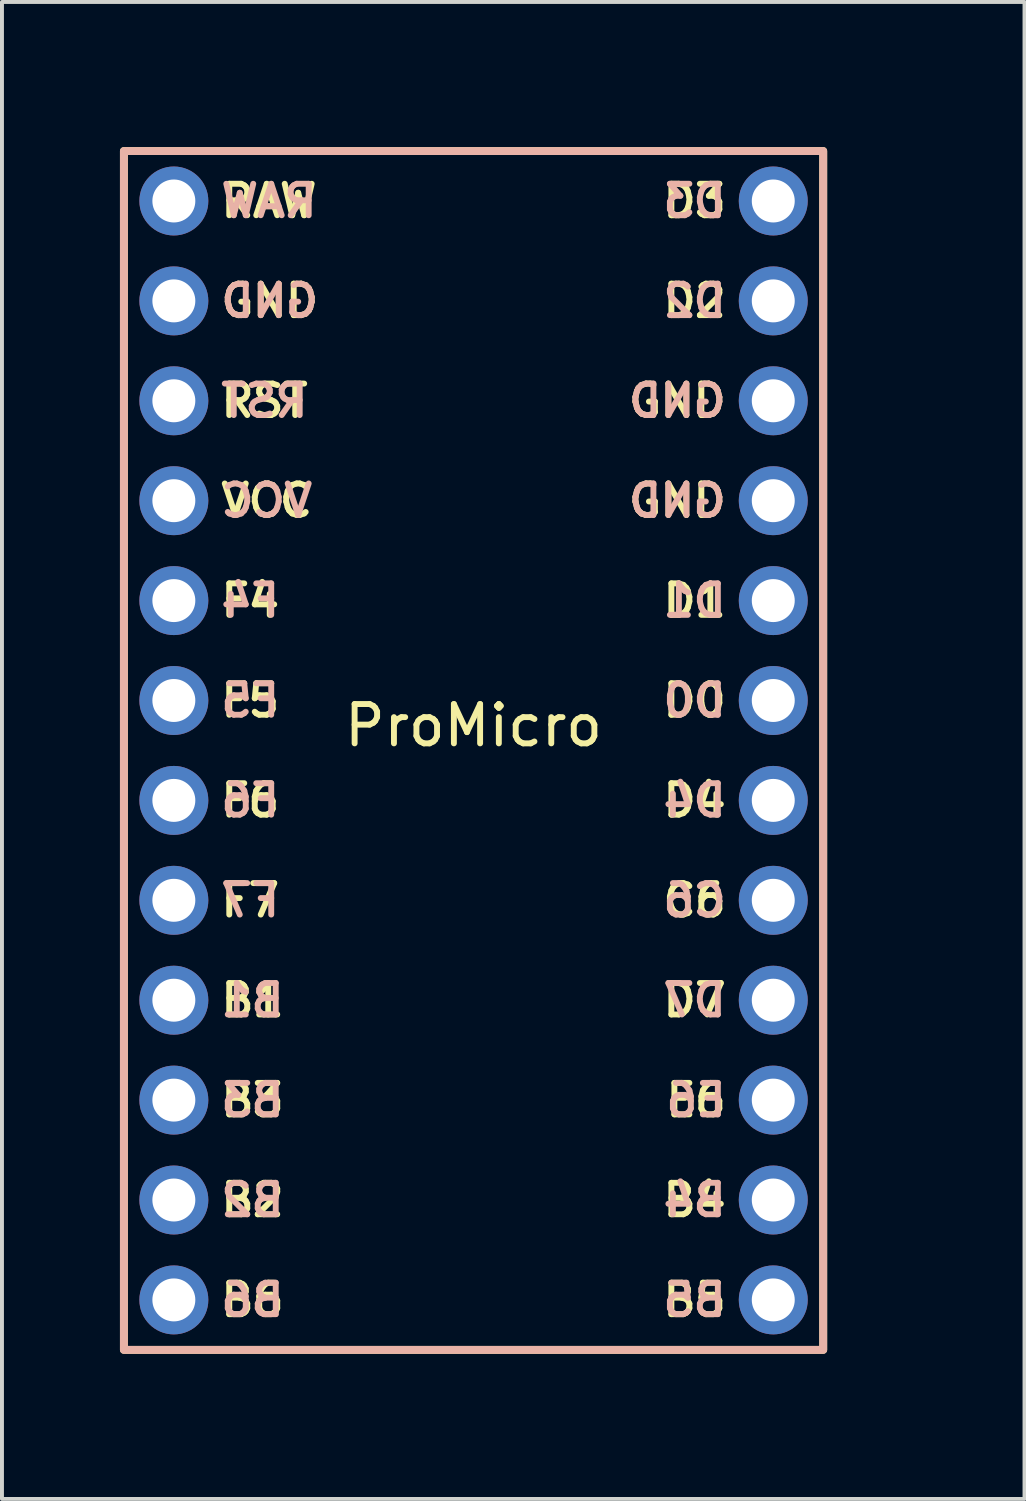
<source format=kicad_pcb>
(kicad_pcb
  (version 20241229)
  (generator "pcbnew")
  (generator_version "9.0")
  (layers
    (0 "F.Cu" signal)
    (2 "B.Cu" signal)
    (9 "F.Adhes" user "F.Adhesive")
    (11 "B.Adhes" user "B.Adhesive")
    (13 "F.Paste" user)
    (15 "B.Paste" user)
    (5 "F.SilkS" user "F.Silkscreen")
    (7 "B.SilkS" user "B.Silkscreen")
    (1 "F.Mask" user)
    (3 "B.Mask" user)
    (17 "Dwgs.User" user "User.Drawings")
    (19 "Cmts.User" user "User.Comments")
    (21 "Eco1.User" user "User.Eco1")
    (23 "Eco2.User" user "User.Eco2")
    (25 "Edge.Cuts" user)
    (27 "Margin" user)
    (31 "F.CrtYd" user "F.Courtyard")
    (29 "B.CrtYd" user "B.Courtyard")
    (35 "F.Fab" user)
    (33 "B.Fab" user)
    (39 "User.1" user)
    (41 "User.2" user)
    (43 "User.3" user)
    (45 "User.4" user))
  (footprint "ProMicro"
    (layer "F.Cu")
    (at 8.99 16.03)
    (property "Reference" "ProMicro" (at 0 -0.635 0) (unlocked yes) (layer "F.SilkS") (effects (font (size 1 1) (thickness 0.15))))
    (attr through_hole exclude_from_pos_files exclude_from_bom)
    (fp_rect (start -8.89 -15.24) (end 8.89 15.24) (stroke (width 0.2) (type solid)) (fill no) (layer "F.SilkS"))
    (fp_rect (start 8.89 -15.24) (end -8.89 15.24) (stroke (width 0.2) (type solid)) (fill no) (layer "B.SilkS"))
    (fp_text user "GND" (at 6.5 -8.89 0) (unlocked yes) (layer "F.SilkS") (effects (font (size 0.8 0.8) (thickness 0.15)) (justify right)))
    (fp_text user "D3" (at 6.5 -13.97 0) (unlocked yes) (layer "F.SilkS") (effects (font (size 0.8 0.8) (thickness 0.15)) (justify right)))
    (fp_text user "F4" (at -6.5 -3.81 0) (unlocked yes) (layer "F.SilkS") (effects (font (size 0.8 0.8) (thickness 0.15)) (justify left)))
    (fp_text user "D1" (at 6.5 -3.81 0) (unlocked yes) (layer "F.SilkS") (effects (font (size 0.8 0.8) (thickness 0.15)) (justify right)))
    (fp_text user "B5" (at 6.5 13.97 0) (unlocked yes) (layer "F.SilkS") (effects (font (size 0.8 0.8) (thickness 0.15)) (justify right)))
    (fp_text user "B4" (at 6.5 11.43 0) (unlocked yes) (layer "F.SilkS") (effects (font (size 0.8 0.8) (thickness 0.15)) (justify right)))
    (fp_text user "VCC" (at -6.5 -6.35 0) (unlocked yes) (layer "F.SilkS") (effects (font (size 0.8 0.8) (thickness 0.15)) (justify left)))
    (fp_text user "B6" (at -6.5 13.97 0) (unlocked yes) (layer "F.SilkS") (effects (font (size 0.8 0.8) (thickness 0.15)) (justify left)))
    (fp_text user "GND" (at -6.5 -11.43 0) (unlocked yes) (layer "F.SilkS") (effects (font (size 0.8 0.8) (thickness 0.15)) (justify left)))
    (fp_text user "B3" (at -6.5 8.89 0) (unlocked yes) (layer "F.SilkS") (effects (font (size 0.8 0.8) (thickness 0.15)) (justify left)))
    (fp_text user "GND" (at 6.5 -6.35 0) (unlocked yes) (layer "F.SilkS") (effects (font (size 0.8 0.8) (thickness 0.15)) (justify right)))
    (fp_text user "C6" (at 6.5 3.81 0) (unlocked yes) (layer "F.SilkS") (effects (font (size 0.8 0.8) (thickness 0.15)) (justify right)))
    (fp_text user "D2" (at 6.5 -11.43 0) (unlocked yes) (layer "F.SilkS") (effects (font (size 0.8 0.8) (thickness 0.15)) (justify right)))
    (fp_text user "F6" (at -6.5 1.27 0) (unlocked yes) (layer "F.SilkS") (effects (font (size 0.8 0.8) (thickness 0.15)) (justify left)))
    (fp_text user "B1" (at -6.5 6.35 0) (unlocked yes) (layer "F.SilkS") (effects (font (size 0.8 0.8) (thickness 0.15)) (justify left)))
    (fp_text user "RST" (at -6.5 -8.89 0) (unlocked yes) (layer "F.SilkS") (effects (font (size 0.8 0.8) (thickness 0.15)) (justify left)))
    (fp_text user "F5" (at -6.5 -1.27 0) (unlocked yes) (layer "F.SilkS") (effects (font (size 0.8 0.8) (thickness 0.15)) (justify left)))
    (fp_text user "D7" (at 6.5 6.35 0) (unlocked yes) (layer "F.SilkS") (effects (font (size 0.8 0.8) (thickness 0.15)) (justify right)))
    (fp_text user "B2" (at -6.5 11.43 0) (unlocked yes) (layer "F.SilkS") (effects (font (size 0.8 0.8) (thickness 0.15)) (justify left)))
    (fp_text user "D0" (at 6.5 -1.27 0) (unlocked yes) (layer "F.SilkS") (effects (font (size 0.8 0.8) (thickness 0.15)) (justify right)))
    (fp_text user "D4" (at 6.5 1.27 0) (unlocked yes) (layer "F.SilkS") (effects (font (size 0.8 0.8) (thickness 0.15)) (justify right)))
    (fp_text user "E6" (at 6.5 8.89 0) (unlocked yes) (layer "F.SilkS") (effects (font (size 0.8 0.8) (thickness 0.15)) (justify right)))
    (fp_text user "F7" (at -6.5 3.81 0) (unlocked yes) (layer "F.SilkS") (effects (font (size 0.8 0.8) (thickness 0.15)) (justify left)))
    (fp_text user "RAW" (at -6.5 -13.97 0) (unlocked yes) (layer "F.SilkS") (effects (font (size 0.8 0.8) (thickness 0.15)) (justify left)))
    (fp_text user "D0" (at 6.5 -1.27 0) (unlocked yes) (layer "B.SilkS") (effects (font (size 0.8 0.8) (thickness 0.15)) (justify left mirror)))
    (fp_text user "B1" (at -6.5 6.35 0) (unlocked yes) (layer "B.SilkS") (effects (font (size 0.8 0.8) (thickness 0.15)) (justify right mirror)))
    (fp_text user "GND" (at -6.5 -11.43 0) (unlocked yes) (layer "B.SilkS") (effects (font (size 0.8 0.8) (thickness 0.15)) (justify right mirror)))
    (fp_text user "F6" (at -6.5 1.27 0) (unlocked yes) (layer "B.SilkS") (effects (font (size 0.8 0.8) (thickness 0.15)) (justify right mirror)))
    (fp_text user "D1" (at 6.5 -3.81 0) (unlocked yes) (layer "B.SilkS") (effects (font (size 0.8 0.8) (thickness 0.15)) (justify left mirror)))
    (fp_text user "VCC" (at -6.5 -6.35 0) (unlocked yes) (layer "B.SilkS") (effects (font (size 0.8 0.8) (thickness 0.15)) (justify right mirror)))
    (fp_text user "D3" (at 6.5 -13.97 0) (unlocked yes) (layer "B.SilkS") (effects (font (size 0.8 0.8) (thickness 0.15)) (justify left mirror)))
    (fp_text user "GND" (at 6.5 -8.89 0) (unlocked yes) (layer "B.SilkS") (effects (font (size 0.8 0.8) (thickness 0.15)) (justify left mirror)))
    (fp_text user "F4" (at -6.5 -3.81 0) (unlocked yes) (layer "B.SilkS") (effects (font (size 0.8 0.8) (thickness 0.15)) (justify right mirror)))
    (fp_text user "B3" (at -6.5 8.89 0) (unlocked yes) (layer "B.SilkS") (effects (font (size 0.8 0.8) (thickness 0.15)) (justify right mirror)))
    (fp_text user "D7" (at 6.5 6.35 0) (unlocked yes) (layer "B.SilkS") (effects (font (size 0.8 0.8) (thickness 0.15)) (justify left mirror)))
    (fp_text user "D4" (at 6.5 1.27 0) (unlocked yes) (layer "B.SilkS") (effects (font (size 0.8 0.8) (thickness 0.15)) (justify left mirror)))
    (fp_text user "RAW" (at -6.5 -13.97 0) (unlocked yes) (layer "B.SilkS") (effects (font (size 0.8 0.8) (thickness 0.15)) (justify right mirror)))
    (fp_text user "B4" (at 6.5 11.43 0) (unlocked yes) (layer "B.SilkS") (effects (font (size 0.8 0.8) (thickness 0.15)) (justify left mirror)))
    (fp_text user "B2" (at -6.5 11.43 0) (unlocked yes) (layer "B.SilkS") (effects (font (size 0.8 0.8) (thickness 0.15)) (justify right mirror)))
    (fp_text user "F5" (at -6.5 -1.27 0) (unlocked yes) (layer "B.SilkS") (effects (font (size 0.8 0.8) (thickness 0.15)) (justify right mirror)))
    (fp_text user "RST" (at -6.5 -8.89 0) (unlocked yes) (layer "B.SilkS") (effects (font (size 0.8 0.8) (thickness 0.15)) (justify right mirror)))
    (fp_text user "B5" (at 6.5 13.97 0) (unlocked yes) (layer "B.SilkS") (effects (font (size 0.8 0.8) (thickness 0.15)) (justify left mirror)))
    (fp_text user "D2" (at 6.5 -11.43 0) (unlocked yes) (layer "B.SilkS") (effects (font (size 0.8 0.8) (thickness 0.15)) (justify left mirror)))
    (fp_text user "E6" (at 6.5 8.89 0) (unlocked yes) (layer "B.SilkS") (effects (font (size 0.8 0.8) (thickness 0.15)) (justify left mirror)))
    (fp_text user "B6" (at -6.5 13.97 0) (unlocked yes) (layer "B.SilkS") (effects (font (size 0.8 0.8) (thickness 0.15)) (justify right mirror)))
    (fp_text user "GND" (at 6.5 -6.35 0) (unlocked yes) (layer "B.SilkS") (effects (font (size 0.8 0.8) (thickness 0.15)) (justify left mirror)))
    (fp_text user "F7" (at -6.5 3.81 0) (unlocked yes) (layer "B.SilkS") (effects (font (size 0.8 0.8) (thickness 0.15)) (justify right mirror)))
    (fp_text user "C6" (at 6.5 3.81 0) (unlocked yes) (layer "B.SilkS") (effects (font (size 0.8 0.8) (thickness 0.15)) (justify left mirror)))
    (fp_text user "Legends assuming the PM is facing down" (at 10.16 0 90) (unlocked yes) (layer "User.1") (effects (font (size 1 1) (thickness 0.15))))
    (pad "1" thru_hole circle (at -7.62 -13.97) (size 1.753 1.753) (drill 1.092) (layers "*.Cu" "*.Mask"))
    (pad "2" thru_hole circle (at -7.62 -11.43) (size 1.753 1.753) (drill 1.092) (layers "*.Cu" "*.Mask"))
    (pad "3" thru_hole circle (at -7.62 -8.89) (size 1.753 1.753) (drill 1.092) (layers "*.Cu" "*.Mask"))
    (pad "4" thru_hole circle (at -7.62 -6.35) (size 1.753 1.753) (drill 1.092) (layers "*.Cu" "*.Mask"))
    (pad "5" thru_hole circle (at -7.62 -3.81) (size 1.753 1.753) (drill 1.092) (layers "*.Cu" "*.Mask"))
    (pad "6" thru_hole circle (at -7.62 -1.27) (size 1.753 1.753) (drill 1.092) (layers "*.Cu" "*.Mask"))
    (pad "7" thru_hole circle (at -7.62 1.27) (size 1.753 1.753) (drill 1.092) (layers "*.Cu" "*.Mask"))
    (pad "8" thru_hole circle (at -7.62 3.81) (size 1.753 1.753) (drill 1.092) (layers "*.Cu" "*.Mask"))
    (pad "9" thru_hole circle (at -7.62 6.35) (size 1.753 1.753) (drill 1.092) (layers "*.Cu" "*.Mask"))
    (pad "10" thru_hole circle (at -7.62 8.89) (size 1.753 1.753) (drill 1.092) (layers "*.Cu" "*.Mask"))
    (pad "11" thru_hole circle (at -7.62 11.43) (size 1.753 1.753) (drill 1.092) (layers "*.Cu" "*.Mask"))
    (pad "12" thru_hole circle (at -7.62 13.97) (size 1.753 1.753) (drill 1.092) (layers "*.Cu" "*.Mask"))
    (pad "13" thru_hole circle (at 7.62 -13.97) (size 1.753 1.753) (drill 1.092) (layers "*.Cu" "*.Mask"))
    (pad "14" thru_hole circle (at 7.62 -11.43) (size 1.753 1.753) (drill 1.092) (layers "*.Cu" "*.Mask"))
    (pad "15" thru_hole circle (at 7.62 -8.89) (size 1.753 1.753) (drill 1.092) (layers "*.Cu" "*.Mask"))
    (pad "16" thru_hole circle (at 7.62 -6.35) (size 1.753 1.753) (drill 1.092) (layers "*.Cu" "*.Mask"))
    (pad "17" thru_hole circle (at 7.62 -3.81) (size 1.753 1.753) (drill 1.092) (layers "*.Cu" "*.Mask"))
    (pad "18" thru_hole circle (at 7.62 -1.27) (size 1.753 1.753) (drill 1.092) (layers "*.Cu" "*.Mask"))
    (pad "19" thru_hole circle (at 7.62 1.27) (size 1.753 1.753) (drill 1.092) (layers "*.Cu" "*.Mask"))
    (pad "20" thru_hole circle (at 7.62 3.81) (size 1.753 1.753) (drill 1.092) (layers "*.Cu" "*.Mask"))
    (pad "21" thru_hole circle (at 7.62 6.35) (size 1.753 1.753) (drill 1.092) (layers "*.Cu" "*.Mask"))
    (pad "22" thru_hole circle (at 7.62 8.89) (size 1.753 1.753) (drill 1.092) (layers "*.Cu" "*.Mask"))
    (pad "23" thru_hole circle (at 7.62 11.43) (size 1.753 1.753) (drill 1.092) (layers "*.Cu" "*.Mask"))
    (pad "24" thru_hole circle (at 7.62 13.97) (size 1.753 1.753) (drill 1.092) (layers "*.Cu" "*.Mask")))
  (gr_rect
    (start -3 -3)
    (end 22.998 35.06)
    (stroke (width 0.1) (type default))
    (fill no)
    (layer "Edge.Cuts")))
</source>
